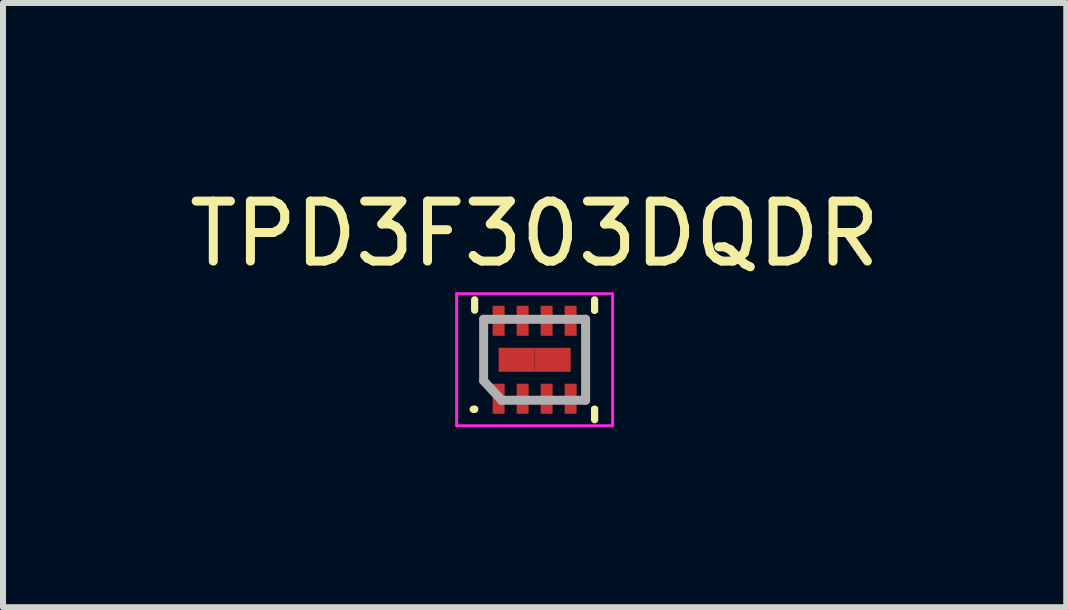
<source format=kicad_pcb>
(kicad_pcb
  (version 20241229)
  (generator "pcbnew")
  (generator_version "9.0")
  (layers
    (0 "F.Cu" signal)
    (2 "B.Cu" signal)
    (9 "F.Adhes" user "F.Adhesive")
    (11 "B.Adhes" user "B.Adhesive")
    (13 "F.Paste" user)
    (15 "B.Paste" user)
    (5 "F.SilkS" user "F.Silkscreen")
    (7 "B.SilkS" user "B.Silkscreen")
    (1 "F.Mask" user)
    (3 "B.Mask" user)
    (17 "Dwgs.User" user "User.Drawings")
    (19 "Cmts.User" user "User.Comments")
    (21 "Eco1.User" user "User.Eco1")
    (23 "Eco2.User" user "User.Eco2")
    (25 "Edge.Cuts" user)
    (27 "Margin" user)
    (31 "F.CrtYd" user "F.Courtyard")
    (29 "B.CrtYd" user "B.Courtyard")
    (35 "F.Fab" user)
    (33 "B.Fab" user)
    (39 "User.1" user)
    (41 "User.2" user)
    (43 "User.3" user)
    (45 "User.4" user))
  (footprint "TPD3F303DQDR"
    (layer "F.Cu")
    (at 5.863 2.948)
    (property "Reference" "TPD3F303DQDR" (at 0 -2.1 0) (layer "F.SilkS") (effects (font (size 1 1) (thickness 0.15))))
    (attr smd)
    (fp_line (start -1 -0.825) (end -1 -1) (stroke (width 0.12) (type solid)) (layer "F.SilkS"))
    (fp_line (start -1 0.825) (end -1.025 0.825) (stroke (width 0.12) (type solid)) (layer "F.SilkS"))
    (fp_line (start -1 0.825) (end -1 0.825) (stroke (width 0.12) (type solid)) (layer "F.SilkS"))
    (fp_line (start 1 -0.825) (end 1 -1) (stroke (width 0.12) (type solid)) (layer "F.SilkS"))
    (fp_line (start 1 -0.825) (end 1 -0.825) (stroke (width 0.12) (type solid)) (layer "F.SilkS"))
    (fp_line (start 1 0.825) (end 1 0.825) (stroke (width 0.12) (type solid)) (layer "F.SilkS"))
    (fp_line (start 1 0.825) (end 1 1) (stroke (width 0.12) (type solid)) (layer "F.SilkS"))
    (fp_line (start -1.3 -1.1) (end 1.3 -1.1) (stroke (width 0.05) (type solid)) (layer "F.CrtYd"))
    (fp_line (start -1.3 1.1) (end -1.3 -1.1) (stroke (width 0.05) (type solid)) (layer "F.CrtYd"))
    (fp_line (start 1.3 -1.1) (end 1.3 1.1) (stroke (width 0.05) (type solid)) (layer "F.CrtYd"))
    (fp_line (start 1.3 1.1) (end -1.3 1.1) (stroke (width 0.05) (type solid)) (layer "F.CrtYd"))
    (fp_line (start -0.85 -0.675) (end -0.85 0.35) (stroke (width 0.15) (type solid)) (layer "F.Fab"))
    (fp_line (start -0.55 0.675) (end -0.85 0.35) (stroke (width 0.15) (type solid)) (layer "F.Fab"))
    (fp_line (start -0.55 0.675) (end 0.85 0.675) (stroke (width 0.15) (type solid)) (layer "F.Fab"))
    (fp_line (start 0.85 -0.675) (end -0.85 -0.675) (stroke (width 0.15) (type solid)) (layer "F.Fab"))
    (fp_line (start 0.85 0.675) (end 0.85 -0.675) (stroke (width 0.15) (type solid)) (layer "F.Fab"))
    (pad "1" smd rect (at -0.6 0.65) (size 0.2 0.5) (layers "F.Cu" "F.Mask" "F.Paste"))
    (pad "2" smd rect (at -0.2 0.65) (size 0.2 0.5) (layers "F.Cu" "F.Mask" "F.Paste"))
    (pad "3" smd rect (at 0.2 0.65) (size 0.2 0.5) (layers "F.Cu" "F.Mask" "F.Paste"))
    (pad "4" smd rect (at 0.6 0.65) (size 0.2 0.5) (layers "F.Cu" "F.Mask" "F.Paste"))
    (pad "5" smd rect (at 0.6 -0.65 180) (size 0.2 0.5) (layers "F.Cu" "F.Mask" "F.Paste"))
    (pad "6" smd rect (at 0.2 -0.65 180) (size 0.2 0.5) (layers "F.Cu" "F.Mask" "F.Paste"))
    (pad "7" smd rect (at -0.2 -0.65 180) (size 0.2 0.5) (layers "F.Cu" "F.Mask" "F.Paste"))
    (pad "8" smd rect (at -0.6 -0.65 180) (size 0.2 0.5) (layers "F.Cu" "F.Mask" "F.Paste"))
    (pad "9" smd rect (at -0.3 0) (size 0.6 0.4) (layers "F.Cu" "F.Mask" "F.Paste"))
    (pad "9" smd rect (at 0.3 0) (size 0.6 0.4) (layers "F.Cu" "F.Mask" "F.Paste")))
  (gr_rect
    (start -3 -3)
    (end 14.726 7.073)
    (stroke (width 0.1) (type default))
    (fill no)
    (layer "Edge.Cuts")))
</source>
